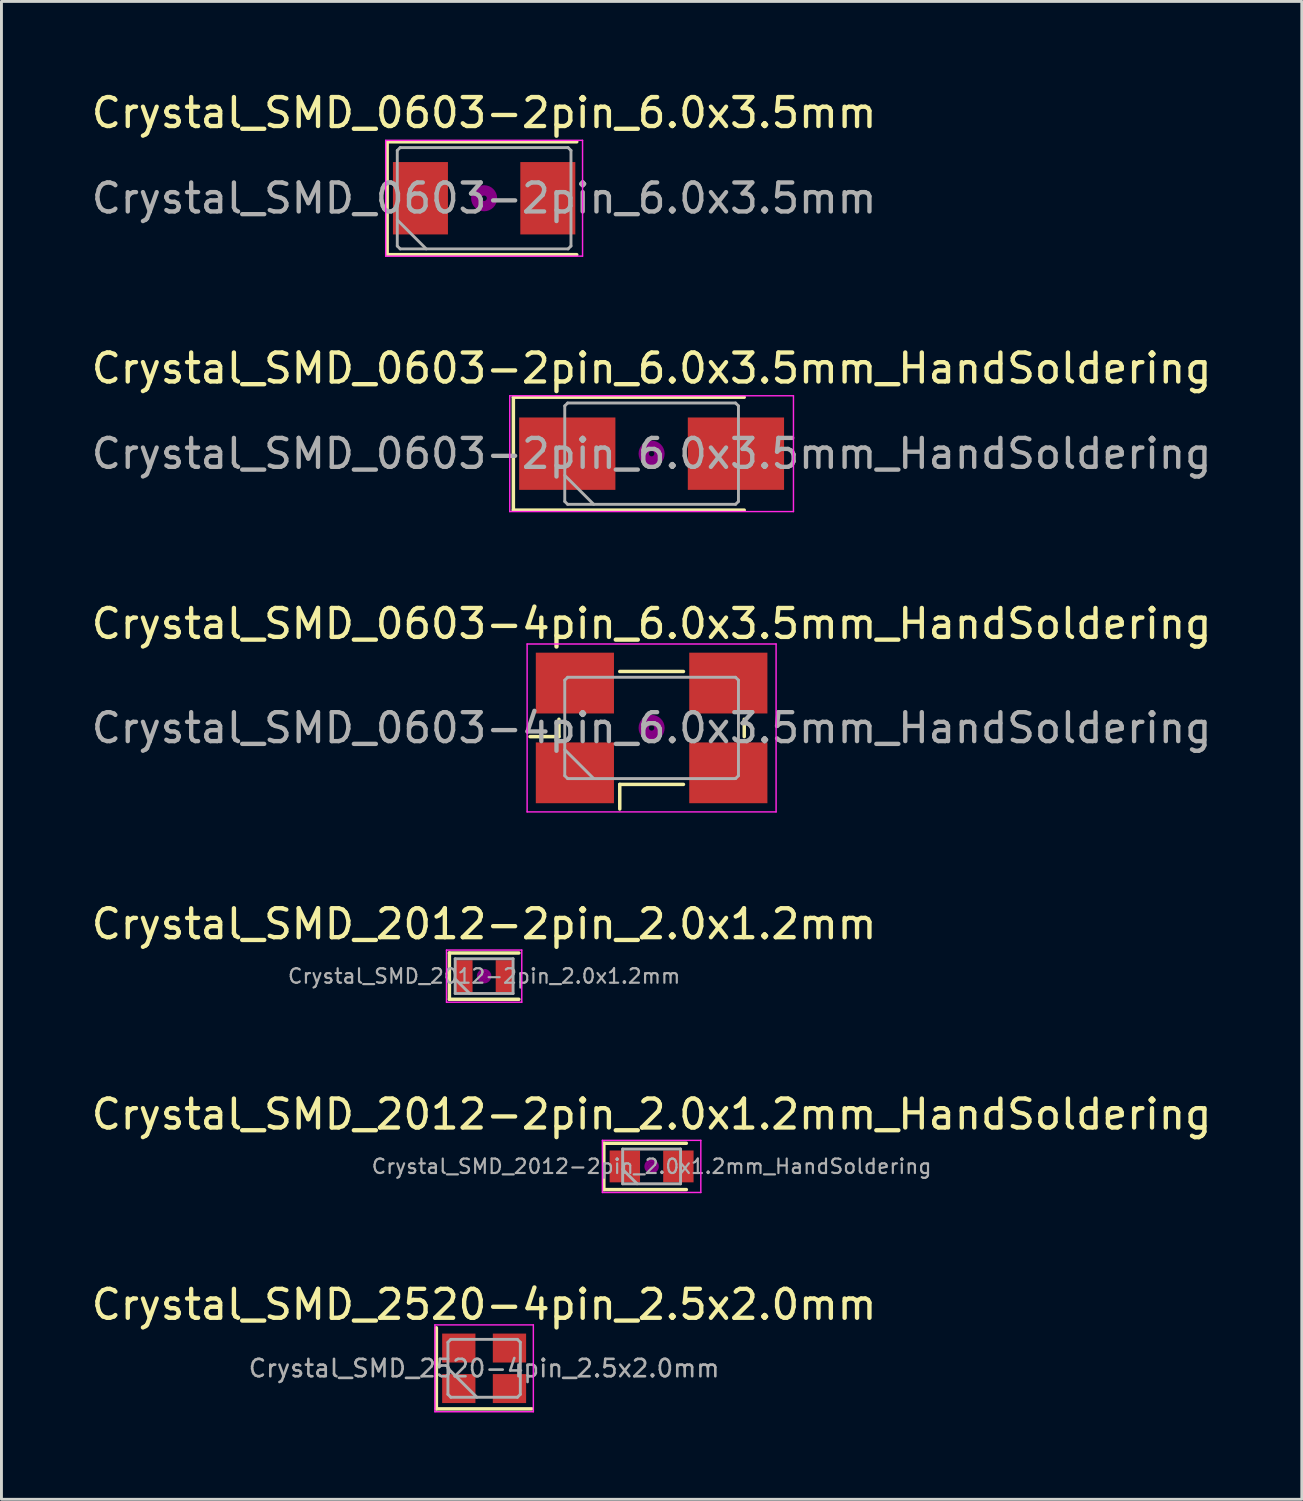
<source format=kicad_pcb>
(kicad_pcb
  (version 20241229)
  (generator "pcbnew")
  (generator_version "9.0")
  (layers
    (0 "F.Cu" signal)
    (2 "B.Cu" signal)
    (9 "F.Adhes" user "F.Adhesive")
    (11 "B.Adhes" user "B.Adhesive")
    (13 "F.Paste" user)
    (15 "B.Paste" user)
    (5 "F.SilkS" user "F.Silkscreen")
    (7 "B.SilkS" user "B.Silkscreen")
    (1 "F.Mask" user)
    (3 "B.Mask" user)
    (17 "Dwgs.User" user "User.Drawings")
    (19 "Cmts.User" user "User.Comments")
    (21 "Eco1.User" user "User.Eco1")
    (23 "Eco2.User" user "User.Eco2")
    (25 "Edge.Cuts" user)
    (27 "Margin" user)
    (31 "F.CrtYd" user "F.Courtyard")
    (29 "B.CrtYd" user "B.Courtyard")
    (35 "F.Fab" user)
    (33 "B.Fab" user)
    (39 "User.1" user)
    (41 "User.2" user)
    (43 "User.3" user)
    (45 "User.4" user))
  (footprint "Crystal_SMD_2012-2pin_2.0x1.2mm"
    (layer "F.Cu")
    (at 13.673 30.668)
    (property "Reference" "Crystal_SMD_2012-2pin_2.0x1.2mm" (at 0 -1.8 0) (layer "F.SilkS") (effects (font (size 1 1) (thickness 0.15))))
    (attr smd)
    (fp_line (start -1.2 -0.8) (end -1.2 0.8) (stroke (width 0.12) (type solid)) (layer "F.SilkS"))
    (fp_line (start -1.2 0.8) (end 1.2 0.8) (stroke (width 0.12) (type solid)) (layer "F.SilkS"))
    (fp_line (start 1.2 -0.8) (end -1.2 -0.8) (stroke (width 0.12) (type solid)) (layer "F.SilkS"))
    (fp_circle (center 0 0) (end 0.047 0) (stroke (width 0.093) (type solid)) (fill no) (layer "F.Adhes"))
    (fp_circle (center 0 0) (end 0.107 0) (stroke (width 0.067) (type solid)) (fill no) (layer "F.Adhes"))
    (fp_circle (center 0 0) (end 0.167 0) (stroke (width 0.067) (type solid)) (fill no) (layer "F.Adhes"))
    (fp_circle (center 0 0) (end 0.2 0) (stroke (width 0.1) (type solid)) (fill no) (layer "F.Adhes"))
    (fp_line (start -1.3 -0.9) (end -1.3 0.9) (stroke (width 0.05) (type solid)) (layer "F.CrtYd"))
    (fp_line (start -1.3 0.9) (end 1.3 0.9) (stroke (width 0.05) (type solid)) (layer "F.CrtYd"))
    (fp_line (start 1.3 -0.9) (end -1.3 -0.9) (stroke (width 0.05) (type solid)) (layer "F.CrtYd"))
    (fp_line (start 1.3 0.9) (end 1.3 -0.9) (stroke (width 0.05) (type solid)) (layer "F.CrtYd"))
    (fp_line (start -1 -0.6) (end -1 0.6) (stroke (width 0.1) (type solid)) (layer "F.Fab"))
    (fp_line (start -1 0.1) (end -0.5 0.6) (stroke (width 0.1) (type solid)) (layer "F.Fab"))
    (fp_line (start -1 0.6) (end 1 0.6) (stroke (width 0.1) (type solid)) (layer "F.Fab"))
    (fp_line (start 1 -0.6) (end -1 -0.6) (stroke (width 0.1) (type solid)) (layer "F.Fab"))
    (fp_line (start 1 0.6) (end 1 -0.6) (stroke (width 0.1) (type solid)) (layer "F.Fab"))
    (fp_text user "${REFERENCE}" (at 0 0 0) (layer "F.Fab") (effects (font (size 0.5 0.5) (thickness 0.075))))
    (pad "1" smd rect (at -0.7 0) (size 0.6 1.1) (layers "F.Cu" "F.Mask" "F.Paste"))
    (pad "2" smd rect (at 0.7 0) (size 0.6 1.1) (layers "F.Cu" "F.Mask" "F.Paste")))
  (footprint "Crystal_SMD_2520-4pin_2.5x2.0mm"
    (layer "F.Cu")
    (at 13.673 44.215)
    (property "Reference" "Crystal_SMD_2520-4pin_2.5x2.0mm" (at 0 -2.2 0) (layer "F.SilkS") (effects (font (size 1 1) (thickness 0.15))))
    (attr smd)
    (fp_line (start -1.65 -1.4) (end -1.65 1.4) (stroke (width 0.12) (type solid)) (layer "F.SilkS"))
    (fp_line (start -1.65 1.4) (end 1.65 1.4) (stroke (width 0.12) (type solid)) (layer "F.SilkS"))
    (fp_line (start -1.7 -1.5) (end -1.7 1.5) (stroke (width 0.05) (type solid)) (layer "F.CrtYd"))
    (fp_line (start -1.7 1.5) (end 1.7 1.5) (stroke (width 0.05) (type solid)) (layer "F.CrtYd"))
    (fp_line (start 1.7 -1.5) (end -1.7 -1.5) (stroke (width 0.05) (type solid)) (layer "F.CrtYd"))
    (fp_line (start 1.7 1.5) (end 1.7 -1.5) (stroke (width 0.05) (type solid)) (layer "F.CrtYd"))
    (fp_line (start -1.25 -0.9) (end -1.15 -1) (stroke (width 0.1) (type solid)) (layer "F.Fab"))
    (fp_line (start -1.25 0) (end -0.25 1) (stroke (width 0.1) (type solid)) (layer "F.Fab"))
    (fp_line (start -1.25 0.9) (end -1.25 -0.9) (stroke (width 0.1) (type solid)) (layer "F.Fab"))
    (fp_line (start -1.15 -1) (end 1.15 -1) (stroke (width 0.1) (type solid)) (layer "F.Fab"))
    (fp_line (start -1.15 1) (end -1.25 0.9) (stroke (width 0.1) (type solid)) (layer "F.Fab"))
    (fp_line (start 1.15 -1) (end 1.25 -0.9) (stroke (width 0.1) (type solid)) (layer "F.Fab"))
    (fp_line (start 1.15 1) (end -1.15 1) (stroke (width 0.1) (type solid)) (layer "F.Fab"))
    (fp_line (start 1.25 -0.9) (end 1.25 0.9) (stroke (width 0.1) (type solid)) (layer "F.Fab"))
    (fp_line (start 1.25 0.9) (end 1.15 1) (stroke (width 0.1) (type solid)) (layer "F.Fab"))
    (fp_text user "${REFERENCE}" (at 0 0 0) (layer "F.Fab") (effects (font (size 0.6 0.6) (thickness 0.09))))
    (pad "1" smd rect (at -0.875 0.7) (size 1.15 1) (layers "F.Cu" "F.Mask" "F.Paste"))
    (pad "2" smd rect (at 0.875 0.7) (size 1.15 1) (layers "F.Cu" "F.Mask" "F.Paste"))
    (pad "3" smd rect (at 0.875 -0.7) (size 1.15 1) (layers "F.Cu" "F.Mask" "F.Paste"))
    (pad "4" smd rect (at -0.875 -0.7) (size 1.15 1) (layers "F.Cu" "F.Mask" "F.Paste")))
  (footprint "Crystal_SMD_2012-2pin_2.0x1.2mm_HandSoldering"
    (layer "F.Cu")
    (at 19.458 37.241)
    (property "Reference" "Crystal_SMD_2012-2pin_2.0x1.2mm_HandSoldering" (at 0 -1.8 0) (layer "F.SilkS") (effects (font (size 1 1) (thickness 0.15))))
    (attr smd)
    (fp_line (start -1.65 -0.8) (end -1.65 0.8) (stroke (width 0.12) (type solid)) (layer "F.SilkS"))
    (fp_line (start -1.65 0.8) (end 1.2 0.8) (stroke (width 0.12) (type solid)) (layer "F.SilkS"))
    (fp_line (start 1.2 -0.8) (end -1.65 -0.8) (stroke (width 0.12) (type solid)) (layer "F.SilkS"))
    (fp_circle (center 0 0) (end 0.047 0) (stroke (width 0.093) (type solid)) (fill no) (layer "F.Adhes"))
    (fp_circle (center 0 0) (end 0.107 0) (stroke (width 0.067) (type solid)) (fill no) (layer "F.Adhes"))
    (fp_circle (center 0 0) (end 0.167 0) (stroke (width 0.067) (type solid)) (fill no) (layer "F.Adhes"))
    (fp_circle (center 0 0) (end 0.2 0) (stroke (width 0.1) (type solid)) (fill no) (layer "F.Adhes"))
    (fp_line (start -1.7 -0.9) (end -1.7 0.9) (stroke (width 0.05) (type solid)) (layer "F.CrtYd"))
    (fp_line (start -1.7 0.9) (end 1.7 0.9) (stroke (width 0.05) (type solid)) (layer "F.CrtYd"))
    (fp_line (start 1.7 -0.9) (end -1.7 -0.9) (stroke (width 0.05) (type solid)) (layer "F.CrtYd"))
    (fp_line (start 1.7 0.9) (end 1.7 -0.9) (stroke (width 0.05) (type solid)) (layer "F.CrtYd"))
    (fp_line (start -1 -0.6) (end -1 0.6) (stroke (width 0.1) (type solid)) (layer "F.Fab"))
    (fp_line (start -1 0.1) (end -0.5 0.6) (stroke (width 0.1) (type solid)) (layer "F.Fab"))
    (fp_line (start -1 0.6) (end 1 0.6) (stroke (width 0.1) (type solid)) (layer "F.Fab"))
    (fp_line (start 1 -0.6) (end -1 -0.6) (stroke (width 0.1) (type solid)) (layer "F.Fab"))
    (fp_line (start 1 0.6) (end 1 -0.6) (stroke (width 0.1) (type solid)) (layer "F.Fab"))
    (fp_text user "${REFERENCE}" (at 0 0 0) (layer "F.Fab") (effects (font (size 0.5 0.5) (thickness 0.075))))
    (pad "1" smd rect (at -0.925 0) (size 1.05 1.1) (layers "F.Cu" "F.Mask" "F.Paste"))
    (pad "2" smd rect (at 0.925 0) (size 1.05 1.1) (layers "F.Cu" "F.Mask" "F.Paste")))
  (footprint "Crystal_SMD_0603-2pin_6.0x3.5mm"
    (layer "F.Cu")
    (at 13.673 3.798)
    (property "Reference" "Crystal_SMD_0603-2pin_6.0x3.5mm" (at 0 -2.95 0) (layer "F.SilkS") (effects (font (size 1 1) (thickness 0.15))))
    (attr smd)
    (fp_line (start -3.35 -1.95) (end -3.35 1.95) (stroke (width 0.12) (type solid)) (layer "F.SilkS"))
    (fp_line (start -3.35 1.95) (end 3.2 1.95) (stroke (width 0.12) (type solid)) (layer "F.SilkS"))
    (fp_line (start 3.2 -1.95) (end -3.35 -1.95) (stroke (width 0.12) (type solid)) (layer "F.SilkS"))
    (fp_circle (center 0 0) (end 0.093 0) (stroke (width 0.187) (type solid)) (fill no) (layer "F.Adhes"))
    (fp_circle (center 0 0) (end 0.213 0) (stroke (width 0.133) (type solid)) (fill no) (layer "F.Adhes"))
    (fp_circle (center 0 0) (end 0.333 0) (stroke (width 0.133) (type solid)) (fill no) (layer "F.Adhes"))
    (fp_circle (center 0 0) (end 0.4 0) (stroke (width 0.1) (type solid)) (fill no) (layer "F.Adhes"))
    (fp_line (start -3.4 -2) (end -3.4 2) (stroke (width 0.05) (type solid)) (layer "F.CrtYd"))
    (fp_line (start -3.4 2) (end 3.4 2) (stroke (width 0.05) (type solid)) (layer "F.CrtYd"))
    (fp_line (start 3.4 -2) (end -3.4 -2) (stroke (width 0.05) (type solid)) (layer "F.CrtYd"))
    (fp_line (start 3.4 2) (end 3.4 -2) (stroke (width 0.05) (type solid)) (layer "F.CrtYd"))
    (fp_line (start -3 -1.65) (end -2.9 -1.75) (stroke (width 0.1) (type solid)) (layer "F.Fab"))
    (fp_line (start -3 0.75) (end -2 1.75) (stroke (width 0.1) (type solid)) (layer "F.Fab"))
    (fp_line (start -3 1.65) (end -3 -1.65) (stroke (width 0.1) (type solid)) (layer "F.Fab"))
    (fp_line (start -2.9 -1.75) (end 2.9 -1.75) (stroke (width 0.1) (type solid)) (layer "F.Fab"))
    (fp_line (start -2.9 1.75) (end -3 1.65) (stroke (width 0.1) (type solid)) (layer "F.Fab"))
    (fp_line (start 2.9 -1.75) (end 3 -1.65) (stroke (width 0.1) (type solid)) (layer "F.Fab"))
    (fp_line (start 2.9 1.75) (end -2.9 1.75) (stroke (width 0.1) (type solid)) (layer "F.Fab"))
    (fp_line (start 3 -1.65) (end 3 1.65) (stroke (width 0.1) (type solid)) (layer "F.Fab"))
    (fp_line (start 3 1.65) (end 2.9 1.75) (stroke (width 0.1) (type solid)) (layer "F.Fab"))
    (fp_text user "${REFERENCE}" (at 0 0 0) (layer "F.Fab") (effects (font (size 1 1) (thickness 0.15))))
    (pad "1" smd rect (at -2.2 0) (size 1.9 2.5) (layers "F.Cu" "F.Mask" "F.Paste"))
    (pad "2" smd rect (at 2.2 0) (size 1.9 2.5) (layers "F.Cu" "F.Mask" "F.Paste")))
  (footprint "Crystal_SMD_0603-2pin_6.0x3.5mm_HandSoldering"
    (layer "F.Cu")
    (at 19.458 12.621)
    (property "Reference" "Crystal_SMD_0603-2pin_6.0x3.5mm_HandSoldering" (at 0 -2.95 0) (layer "F.SilkS") (effects (font (size 1 1) (thickness 0.15))))
    (attr smd)
    (fp_line (start -4.775 -1.95) (end -4.775 1.95) (stroke (width 0.12) (type solid)) (layer "F.SilkS"))
    (fp_line (start -4.775 1.95) (end 3.2 1.95) (stroke (width 0.12) (type solid)) (layer "F.SilkS"))
    (fp_line (start 3.2 -1.95) (end -4.775 -1.95) (stroke (width 0.12) (type solid)) (layer "F.SilkS"))
    (fp_circle (center 0 0) (end 0.093 0) (stroke (width 0.187) (type solid)) (fill no) (layer "F.Adhes"))
    (fp_circle (center 0 0) (end 0.213 0) (stroke (width 0.133) (type solid)) (fill no) (layer "F.Adhes"))
    (fp_circle (center 0 0) (end 0.333 0) (stroke (width 0.133) (type solid)) (fill no) (layer "F.Adhes"))
    (fp_circle (center 0 0) (end 0.4 0) (stroke (width 0.1) (type solid)) (fill no) (layer "F.Adhes"))
    (fp_line (start -4.9 -2) (end -4.9 2) (stroke (width 0.05) (type solid)) (layer "F.CrtYd"))
    (fp_line (start -4.9 2) (end 4.9 2) (stroke (width 0.05) (type solid)) (layer "F.CrtYd"))
    (fp_line (start 4.9 -2) (end -4.9 -2) (stroke (width 0.05) (type solid)) (layer "F.CrtYd"))
    (fp_line (start 4.9 2) (end 4.9 -2) (stroke (width 0.05) (type solid)) (layer "F.CrtYd"))
    (fp_line (start -3 -1.65) (end -2.9 -1.75) (stroke (width 0.1) (type solid)) (layer "F.Fab"))
    (fp_line (start -3 0.75) (end -2 1.75) (stroke (width 0.1) (type solid)) (layer "F.Fab"))
    (fp_line (start -3 1.65) (end -3 -1.65) (stroke (width 0.1) (type solid)) (layer "F.Fab"))
    (fp_line (start -2.9 -1.75) (end 2.9 -1.75) (stroke (width 0.1) (type solid)) (layer "F.Fab"))
    (fp_line (start -2.9 1.75) (end -3 1.65) (stroke (width 0.1) (type solid)) (layer "F.Fab"))
    (fp_line (start 2.9 -1.75) (end 3 -1.65) (stroke (width 0.1) (type solid)) (layer "F.Fab"))
    (fp_line (start 2.9 1.75) (end -2.9 1.75) (stroke (width 0.1) (type solid)) (layer "F.Fab"))
    (fp_line (start 3 -1.65) (end 3 1.65) (stroke (width 0.1) (type solid)) (layer "F.Fab"))
    (fp_line (start 3 1.65) (end 2.9 1.75) (stroke (width 0.1) (type solid)) (layer "F.Fab"))
    (fp_text user "${REFERENCE}" (at 0 0 0) (layer "F.Fab") (effects (font (size 1 1) (thickness 0.15))))
    (pad "1" smd rect (at -2.913 0) (size 3.325 2.5) (layers "F.Cu" "F.Mask" "F.Paste"))
    (pad "2" smd rect (at 2.913 0) (size 3.325 2.5) (layers "F.Cu" "F.Mask" "F.Paste")))
  (footprint "Crystal_SMD_0603-4pin_6.0x3.5mm_HandSoldering"
    (layer "F.Cu")
    (at 19.458 22.095)
    (property "Reference" "Crystal_SMD_0603-4pin_6.0x3.5mm_HandSoldering" (at 0 -3.6 0) (layer "F.SilkS") (effects (font (size 1 1) (thickness 0.15))))
    (attr smd)
    (fp_line (start -4.2 0.3) (end -3.2 0.3) (stroke (width 0.12) (type solid)) (layer "F.SilkS"))
    (fp_line (start -3.2 0.3) (end -3.2 -0.3) (stroke (width 0.12) (type solid)) (layer "F.SilkS"))
    (fp_line (start -1.1 -1.95) (end 1.1 -1.95) (stroke (width 0.12) (type solid)) (layer "F.SilkS"))
    (fp_line (start -1.1 1.95) (end -1.1 2.8) (stroke (width 0.12) (type solid)) (layer "F.SilkS"))
    (fp_line (start 1.1 1.95) (end -1.1 1.95) (stroke (width 0.12) (type solid)) (layer "F.SilkS"))
    (fp_line (start 3.2 -0.3) (end 3.2 0.3) (stroke (width 0.12) (type solid)) (layer "F.SilkS"))
    (fp_circle (center 0 0) (end 0.093 0) (stroke (width 0.187) (type solid)) (fill no) (layer "F.Adhes"))
    (fp_circle (center 0 0) (end 0.213 0) (stroke (width 0.133) (type solid)) (fill no) (layer "F.Adhes"))
    (fp_circle (center 0 0) (end 0.333 0) (stroke (width 0.133) (type solid)) (fill no) (layer "F.Adhes"))
    (fp_circle (center 0 0) (end 0.4 0) (stroke (width 0.1) (type solid)) (fill no) (layer "F.Adhes"))
    (fp_line (start -4.3 -2.9) (end -4.3 2.9) (stroke (width 0.05) (type solid)) (layer "F.CrtYd"))
    (fp_line (start -4.3 2.9) (end 4.3 2.9) (stroke (width 0.05) (type solid)) (layer "F.CrtYd"))
    (fp_line (start 4.3 -2.9) (end -4.3 -2.9) (stroke (width 0.05) (type solid)) (layer "F.CrtYd"))
    (fp_line (start 4.3 2.9) (end 4.3 -2.9) (stroke (width 0.05) (type solid)) (layer "F.CrtYd"))
    (fp_line (start -3 -1.65) (end -2.9 -1.75) (stroke (width 0.1) (type solid)) (layer "F.Fab"))
    (fp_line (start -3 0.75) (end -2 1.75) (stroke (width 0.1) (type solid)) (layer "F.Fab"))
    (fp_line (start -3 1.65) (end -3 -1.65) (stroke (width 0.1) (type solid)) (layer "F.Fab"))
    (fp_line (start -2.9 -1.75) (end 2.9 -1.75) (stroke (width 0.1) (type solid)) (layer "F.Fab"))
    (fp_line (start -2.9 1.75) (end -3 1.65) (stroke (width 0.1) (type solid)) (layer "F.Fab"))
    (fp_line (start 2.9 -1.75) (end 3 -1.65) (stroke (width 0.1) (type solid)) (layer "F.Fab"))
    (fp_line (start 2.9 1.75) (end -2.9 1.75) (stroke (width 0.1) (type solid)) (layer "F.Fab"))
    (fp_line (start 3 -1.65) (end 3 1.65) (stroke (width 0.1) (type solid)) (layer "F.Fab"))
    (fp_line (start 3 1.65) (end 2.9 1.75) (stroke (width 0.1) (type solid)) (layer "F.Fab"))
    (fp_text user "${REFERENCE}" (at 0 0 0) (layer "F.Fab") (effects (font (size 1 1) (thickness 0.15))))
    (pad "1" smd rect (at -2.65 1.55) (size 2.7 2.1) (layers "F.Cu" "F.Mask" "F.Paste"))
    (pad "2" smd rect (at 2.65 1.55) (size 2.7 2.1) (layers "F.Cu" "F.Mask" "F.Paste"))
    (pad "3" smd rect (at 2.65 -1.55) (size 2.7 2.1) (layers "F.Cu" "F.Mask" "F.Paste"))
    (pad "4" smd rect (at -2.65 -1.55) (size 2.7 2.1) (layers "F.Cu" "F.Mask" "F.Paste")))
  (gr_rect
    (start -3 -3)
    (end 41.917 48.739)
    (stroke (width 0.1) (type default))
    (fill no)
    (layer "Edge.Cuts")))
</source>
